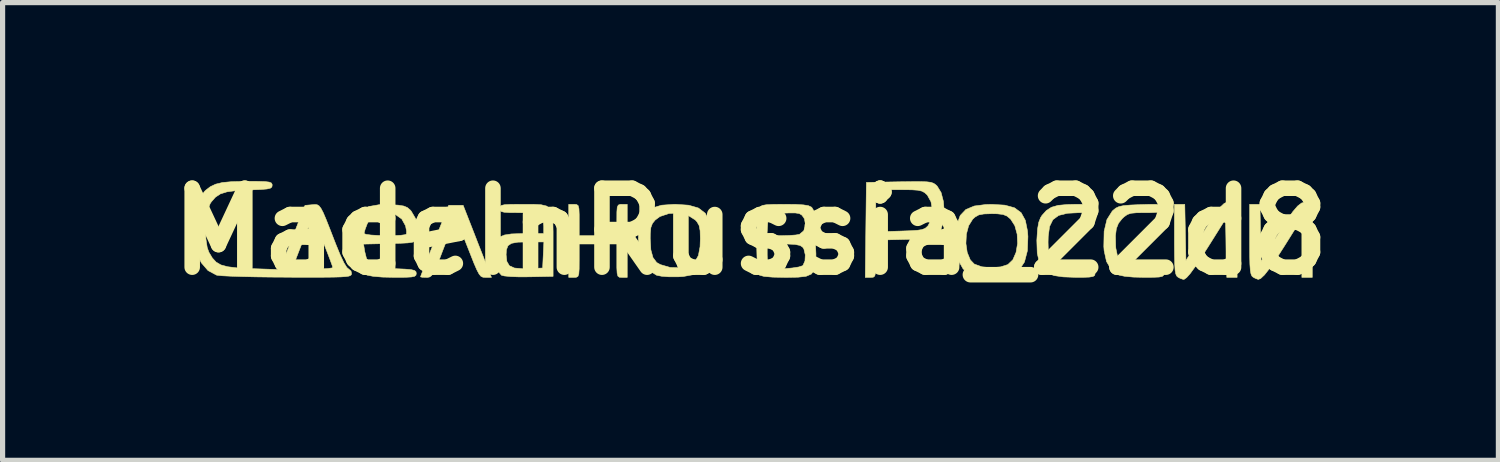
<source format=kicad_pcb>
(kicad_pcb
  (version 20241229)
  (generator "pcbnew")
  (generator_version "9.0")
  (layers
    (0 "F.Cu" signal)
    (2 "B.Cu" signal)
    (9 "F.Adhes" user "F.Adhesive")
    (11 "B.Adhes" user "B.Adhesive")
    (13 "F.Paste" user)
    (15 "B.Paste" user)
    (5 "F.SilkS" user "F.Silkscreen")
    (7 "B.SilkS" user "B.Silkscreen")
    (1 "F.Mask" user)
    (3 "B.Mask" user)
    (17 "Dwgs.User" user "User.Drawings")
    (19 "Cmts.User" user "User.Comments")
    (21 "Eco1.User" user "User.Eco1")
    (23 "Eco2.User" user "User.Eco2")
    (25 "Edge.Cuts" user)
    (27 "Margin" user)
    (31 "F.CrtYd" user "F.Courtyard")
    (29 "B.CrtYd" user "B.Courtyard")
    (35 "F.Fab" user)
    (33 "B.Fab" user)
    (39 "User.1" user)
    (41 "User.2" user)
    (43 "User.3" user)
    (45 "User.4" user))
  (footprint "MadeInRussia_22d8"
    (layer "F.Cu")
    (at 11.437 1.418)
    (property "Reference" "MadeInRussia_22d8" (at 0 0 0) (layer "F.SilkS") (effects (font (size 1.524 1.524) (thickness 0.3))))
    (attr through_hole)
    (fp_poly (pts (xy -3.356 -0.52) (xy -3.326 -0.498) (xy -3.311 -0.439) (xy -3.306 -0.328) (xy -3.306 -0.222) (xy -3.306 0.081) (xy -2.58 0.081) (xy -2.58 -0.222) (xy -2.579 -0.376) (xy -2.572 -0.466) (xy -2.552 -0.509) (xy -2.515 -0.523) (xy -2.48 -0.524) (xy -2.379 -0.524) (xy -2.379 0.887) (xy -2.48 0.887) (xy -2.53 0.884) (xy -2.559 0.862) (xy -2.574 0.807) (xy -2.58 0.7) (xy -2.58 0.564) (xy -2.58 0.242) (xy -3.306 0.242) (xy -3.306 0.564) (xy -3.307 0.724) (xy -3.314 0.82) (xy -3.331 0.868) (xy -3.364 0.885) (xy -3.407 0.887) (xy -3.508 0.887) (xy -3.508 -0.524) (xy -3.407 -0.524) (xy -3.356 -0.52)) (stroke (width 0.01) (type solid)) (fill yes) (layer "F.SilkS"))
    (fp_poly (pts (xy 10.769 -0.537) (xy 10.785 -0.524) (xy 10.808 -0.491) (xy 10.825 -0.428) (xy 10.836 -0.324) (xy 10.842 -0.169) (xy 10.845 0.05) (xy 10.845 0.207) (xy 10.845 0.887) (xy 10.644 0.887) (xy 10.644 -0.256) (xy 10.318 0.265) (xy 10.154 0.521) (xy 10.023 0.711) (xy 9.923 0.838) (xy 9.849 0.908) (xy 9.803 0.926) (xy 9.75 0.907) (xy 9.706 0.884) (xy 9.68 0.861) (xy 9.662 0.82) (xy 9.649 0.749) (xy 9.641 0.635) (xy 9.637 0.468) (xy 9.636 0.236) (xy 9.636 0.159) (xy 9.636 -0.524) (xy 9.835 -0.524) (xy 9.846 0.026) (xy 9.858 0.576) (xy 10.2 0.025) (xy 10.35 -0.21) (xy 10.468 -0.38) (xy 10.563 -0.491) (xy 10.64 -0.55) (xy 10.706 -0.563) (xy 10.769 -0.537)) (stroke (width 0.01) (type solid)) (fill yes) (layer "F.SilkS"))
    (fp_poly (pts (xy 9.265 -0.554) (xy 9.323 -0.509) (xy 9.331 -0.501) (xy 9.355 -0.464) (xy 9.372 -0.402) (xy 9.384 -0.301) (xy 9.391 -0.152) (xy 9.394 0.059) (xy 9.394 0.225) (xy 9.394 0.887) (xy 9.195 0.887) (xy 9.172 -0.241) (xy 8.85 0.272) (xy 8.695 0.514) (xy 8.575 0.694) (xy 8.485 0.817) (xy 8.419 0.891) (xy 8.372 0.924) (xy 8.356 0.926) (xy 8.299 0.907) (xy 8.255 0.884) (xy 8.229 0.861) (xy 8.21 0.82) (xy 8.197 0.749) (xy 8.19 0.635) (xy 8.186 0.468) (xy 8.184 0.236) (xy 8.184 0.159) (xy 8.184 -0.524) (xy 8.384 -0.524) (xy 8.406 0.562) (xy 8.709 0.071) (xy 8.86 -0.172) (xy 8.979 -0.351) (xy 9.072 -0.472) (xy 9.146 -0.542) (xy 9.208 -0.568) (xy 9.265 -0.554)) (stroke (width 0.01) (type solid)) (fill yes) (layer "F.SilkS"))
    (fp_poly (pts (xy -5.333 0.04) (xy -5.252 0.249) (xy -5.175 0.444) (xy -5.112 0.606) (xy -5.068 0.716) (xy -5.06 0.736) (xy -5 0.887) (xy -5.116 0.887) (xy -5.163 0.884) (xy -5.202 0.866) (xy -5.239 0.822) (xy -5.282 0.741) (xy -5.338 0.612) (xy -5.413 0.422) (xy -5.445 0.341) (xy -5.522 0.146) (xy -5.59 -0.02) (xy -5.644 -0.144) (xy -5.676 -0.212) (xy -5.683 -0.22) (xy -5.705 -0.19) (xy -5.75 -0.098) (xy -5.812 0.046) (xy -5.885 0.226) (xy -5.924 0.325) (xy -6.007 0.542) (xy -6.069 0.694) (xy -6.116 0.793) (xy -6.155 0.851) (xy -6.192 0.878) (xy -6.233 0.887) (xy -6.255 0.887) (xy -6.337 0.884) (xy -6.37 0.877) (xy -6.356 0.838) (xy -6.317 0.736) (xy -6.257 0.584) (xy -6.181 0.392) (xy -6.098 0.181) (xy -5.826 -0.504) (xy -5.546 -0.504) (xy -5.333 0.04)) (stroke (width 0.01) (type solid)) (fill yes) (layer "F.SilkS"))
    (fp_poly (pts (xy 4.91 -0.508) (xy 5.096 -0.457) (xy 5.225 -0.362) (xy 5.306 -0.215) (xy 5.348 -0.008) (xy 5.356 0.098) (xy 5.346 0.372) (xy 5.289 0.59) (xy 5.186 0.746) (xy 5.063 0.828) (xy 4.916 0.865) (xy 4.726 0.882) (xy 4.524 0.879) (xy 4.343 0.856) (xy 4.242 0.826) (xy 4.106 0.724) (xy 4.012 0.558) (xy 3.963 0.334) (xy 3.961 0.232) (xy 4.159 0.232) (xy 4.184 0.405) (xy 4.243 0.548) (xy 4.32 0.629) (xy 4.464 0.682) (xy 4.645 0.7) (xy 4.829 0.684) (xy 4.969 0.639) (xy 5.065 0.547) (xy 5.127 0.404) (xy 5.156 0.232) (xy 5.148 0.052) (xy 5.103 -0.112) (xy 5.022 -0.238) (xy 4.952 -0.297) (xy 4.875 -0.328) (xy 4.763 -0.341) (xy 4.657 -0.343) (xy 4.507 -0.338) (xy 4.409 -0.32) (xy 4.338 -0.28) (xy 4.291 -0.238) (xy 4.212 -0.112) (xy 4.168 0.052) (xy 4.159 0.232) (xy 3.961 0.232) (xy 3.958 0.098) (xy 3.986 -0.137) (xy 4.049 -0.308) (xy 4.157 -0.423) (xy 4.319 -0.491) (xy 4.543 -0.52) (xy 4.657 -0.523) (xy 4.91 -0.508)) (stroke (width 0.01) (type solid)) (fill yes) (layer "F.SilkS"))
    (fp_poly (pts (xy 6.455 -0.523) (xy 6.564 -0.517) (xy 6.624 -0.503) (xy 6.648 -0.478) (xy 6.652 -0.443) (xy 6.645 -0.402) (xy 6.612 -0.378) (xy 6.537 -0.366) (xy 6.403 -0.363) (xy 6.352 -0.363) (xy 6.116 -0.351) (xy 5.948 -0.309) (xy 5.838 -0.227) (xy 5.774 -0.096) (xy 5.748 0.094) (xy 5.745 0.207) (xy 5.749 0.361) (xy 5.765 0.46) (xy 5.801 0.531) (xy 5.851 0.588) (xy 5.913 0.641) (xy 5.984 0.675) (xy 6.086 0.697) (xy 6.239 0.711) (xy 6.305 0.715) (xy 6.474 0.728) (xy 6.578 0.743) (xy 6.632 0.764) (xy 6.651 0.795) (xy 6.652 0.812) (xy 6.645 0.847) (xy 6.613 0.869) (xy 6.542 0.881) (xy 6.415 0.886) (xy 6.279 0.886) (xy 6.036 0.877) (xy 5.864 0.852) (xy 5.778 0.822) (xy 5.657 0.733) (xy 5.577 0.603) (xy 5.536 0.419) (xy 5.528 0.173) (xy 5.53 0.14) (xy 5.542 -0.048) (xy 5.565 -0.177) (xy 5.602 -0.27) (xy 5.628 -0.31) (xy 5.712 -0.404) (xy 5.81 -0.467) (xy 5.938 -0.504) (xy 6.116 -0.52) (xy 6.279 -0.524) (xy 6.455 -0.523)) (stroke (width 0.01) (type solid)) (fill yes) (layer "F.SilkS"))
    (fp_poly (pts (xy 7.831 -0.523) (xy 7.901 -0.514) (xy 7.933 -0.495) (xy 7.942 -0.463) (xy 7.943 -0.447) (xy 7.937 -0.405) (xy 7.908 -0.38) (xy 7.841 -0.368) (xy 7.719 -0.363) (xy 7.617 -0.363) (xy 7.452 -0.361) (xy 7.345 -0.351) (xy 7.272 -0.326) (xy 7.211 -0.281) (xy 7.173 -0.245) (xy 7.104 -0.158) (xy 7.063 -0.055) (xy 7.046 0.083) (xy 7.05 0.277) (xy 7.053 0.323) (xy 7.086 0.481) (xy 7.166 0.597) (xy 7.3 0.673) (xy 7.496 0.714) (xy 7.731 0.725) (xy 7.869 0.728) (xy 7.945 0.74) (xy 7.977 0.768) (xy 7.983 0.806) (xy 7.977 0.843) (xy 7.95 0.867) (xy 7.888 0.88) (xy 7.775 0.885) (xy 7.596 0.886) (xy 7.59 0.886) (xy 7.39 0.881) (xy 7.226 0.866) (xy 7.117 0.843) (xy 7.1 0.836) (xy 6.962 0.732) (xy 6.873 0.58) (xy 6.827 0.37) (xy 6.821 0.29) (xy 6.827 -0.002) (xy 6.881 -0.229) (xy 6.984 -0.393) (xy 6.998 -0.406) (xy 7.053 -0.451) (xy 7.115 -0.48) (xy 7.204 -0.499) (xy 7.338 -0.51) (xy 7.522 -0.518) (xy 7.71 -0.523) (xy 7.831 -0.523)) (stroke (width 0.01) (type solid)) (fill yes) (layer "F.SilkS"))
    (fp_poly (pts (xy 3.405 -0.958) (xy 3.484 -0.948) (xy 3.537 -0.929) (xy 3.577 -0.901) (xy 3.604 -0.875) (xy 3.68 -0.751) (xy 3.725 -0.578) (xy 3.74 -0.381) (xy 3.722 -0.187) (xy 3.672 -0.022) (xy 3.627 0.052) (xy 3.594 0.087) (xy 3.549 0.113) (xy 3.481 0.13) (xy 3.375 0.141) (xy 3.216 0.148) (xy 2.991 0.154) (xy 2.987 0.154) (xy 2.419 0.167) (xy 2.419 0.527) (xy 2.418 0.698) (xy 2.413 0.804) (xy 2.399 0.86) (xy 2.371 0.883) (xy 2.326 0.887) (xy 2.317 0.887) (xy 2.216 0.887) (xy 2.236 -0.806) (xy 2.419 -0.806) (xy 2.419 0.007) (xy 2.886 -0.007) (xy 3.089 -0.014) (xy 3.227 -0.023) (xy 3.316 -0.037) (xy 3.373 -0.061) (xy 3.414 -0.096) (xy 3.431 -0.115) (xy 3.494 -0.248) (xy 3.512 -0.412) (xy 3.485 -0.573) (xy 3.415 -0.7) (xy 3.409 -0.707) (xy 3.36 -0.751) (xy 3.307 -0.779) (xy 3.231 -0.796) (xy 3.117 -0.804) (xy 2.945 -0.806) (xy 2.864 -0.806) (xy 2.419 -0.806) (xy 2.236 -0.806) (xy 2.238 -0.947) (xy 2.873 -0.959) (xy 3.113 -0.962) (xy 3.286 -0.963) (xy 3.405 -0.958)) (stroke (width 0.01) (type solid)) (fill yes) (layer "F.SilkS"))
    (fp_poly (pts (xy -1.194 -0.507) (xy -1.004 -0.452) (xy -0.872 -0.351) (xy -0.791 -0.197) (xy -0.754 0.019) (xy -0.75 0.161) (xy -0.767 0.42) (xy -0.823 0.612) (xy -0.926 0.746) (xy -1.083 0.83) (xy -1.3 0.87) (xy -1.404 0.876) (xy -1.568 0.876) (xy -1.712 0.865) (xy -1.808 0.846) (xy -1.814 0.844) (xy -1.973 0.745) (xy -2.08 0.597) (xy -2.139 0.413) (xy -2.161 0.242) (xy -2.162 0.137) (xy -1.935 0.137) (xy -1.923 0.354) (xy -1.882 0.504) (xy -1.81 0.6) (xy -1.738 0.64) (xy -1.55 0.695) (xy -1.381 0.699) (xy -1.193 0.65) (xy -1.164 0.639) (xy -1.067 0.575) (xy -1.005 0.464) (xy -0.973 0.294) (xy -0.968 0.137) (xy -0.972 -0.015) (xy -0.991 -0.114) (xy -1.031 -0.184) (xy -1.064 -0.221) (xy -1.208 -0.313) (xy -1.388 -0.355) (xy -1.577 -0.346) (xy -1.748 -0.288) (xy -1.839 -0.221) (xy -1.893 -0.154) (xy -1.923 -0.074) (xy -1.934 0.046) (xy -1.935 0.137) (xy -2.162 0.137) (xy -2.163 0.069) (xy -2.157 0.006) (xy -2.107 -0.204) (xy -2.024 -0.354) (xy -1.897 -0.453) (xy -1.715 -0.507) (xy -1.469 -0.524) (xy -1.451 -0.524) (xy -1.194 -0.507)) (stroke (width 0.01) (type solid)) (fill yes) (layer "F.SilkS"))
    (fp_poly (pts (xy -4.195 -0.524) (xy -4.043 -0.516) (xy -3.937 -0.491) (xy -3.869 -0.436) (xy -3.831 -0.342) (xy -3.814 -0.198) (xy -3.81 0.008) (xy -3.81 0.229) (xy -3.81 0.867) (xy -4.274 0.876) (xy -4.465 0.877) (xy -4.63 0.871) (xy -4.751 0.859) (xy -4.805 0.846) (xy -4.883 0.758) (xy -4.93 0.62) (xy -4.947 0.459) (xy -4.946 0.449) (xy -4.717 0.449) (xy -4.703 0.578) (xy -4.654 0.662) (xy -4.556 0.706) (xy -4.399 0.719) (xy -4.299 0.717) (xy -4.012 0.706) (xy -3.988 0.202) (xy -4.304 0.202) (xy -4.491 0.207) (xy -4.613 0.229) (xy -4.681 0.275) (xy -4.711 0.354) (xy -4.717 0.449) (xy -4.946 0.449) (xy -4.932 0.299) (xy -4.884 0.167) (xy -4.827 0.101) (xy -4.747 0.068) (xy -4.616 0.048) (xy -4.421 0.041) (xy -4.365 0.04) (xy -3.991 0.04) (xy -3.991 -0.098) (xy -4.002 -0.211) (xy -4.044 -0.287) (xy -4.128 -0.334) (xy -4.267 -0.357) (xy -4.473 -0.363) (xy -4.478 -0.363) (xy -4.65 -0.364) (xy -4.756 -0.371) (xy -4.813 -0.386) (xy -4.835 -0.412) (xy -4.838 -0.443) (xy -4.833 -0.479) (xy -4.808 -0.502) (xy -4.749 -0.516) (xy -4.643 -0.522) (xy -4.474 -0.524) (xy -4.402 -0.524) (xy -4.195 -0.524)) (stroke (width 0.01) (type solid)) (fill yes) (layer "F.SilkS"))
    (fp_poly (pts (xy -6.8 -0.508) (xy -6.694 -0.491) (xy -6.624 -0.462) (xy -6.568 -0.414) (xy -6.549 -0.392) (xy -6.462 -0.244) (xy -6.419 -0.07) (xy -6.429 0.094) (xy -6.436 0.117) (xy -6.454 0.161) (xy -6.48 0.19) (xy -6.529 0.209) (xy -6.616 0.221) (xy -6.753 0.228) (xy -6.957 0.233) (xy -6.971 0.233) (xy -7.469 0.244) (xy -7.445 0.392) (xy -7.413 0.52) (xy -7.357 0.609) (xy -7.264 0.666) (xy -7.121 0.7) (xy -6.913 0.717) (xy -6.853 0.719) (xy -6.669 0.727) (xy -6.551 0.737) (xy -6.485 0.753) (xy -6.457 0.777) (xy -6.451 0.81) (xy -6.457 0.844) (xy -6.484 0.866) (xy -6.547 0.879) (xy -6.66 0.885) (xy -6.836 0.886) (xy -6.884 0.886) (xy -7.106 0.881) (xy -7.283 0.866) (xy -7.398 0.844) (xy -7.418 0.835) (xy -7.537 0.736) (xy -7.615 0.573) (xy -7.655 0.343) (xy -7.66 0.188) (xy -7.652 0.039) (xy -7.459 0.039) (xy -7.422 0.056) (xy -7.325 0.069) (xy -7.189 0.077) (xy -7.034 0.081) (xy -6.882 0.08) (xy -6.751 0.074) (xy -6.664 0.062) (xy -6.641 0.05) (xy -6.639 -0.006) (xy -6.657 -0.102) (xy -6.659 -0.11) (xy -6.731 -0.24) (xy -6.849 -0.324) (xy -6.993 -0.361) (xy -7.143 -0.35) (xy -7.279 -0.29) (xy -7.381 -0.181) (xy -7.4 -0.143) (xy -7.439 -0.04) (xy -7.458 0.032) (xy -7.459 0.039) (xy -7.652 0.039) (xy -7.646 -0.075) (xy -7.596 -0.269) (xy -7.505 -0.402) (xy -7.364 -0.482) (xy -7.165 -0.517) (xy -6.965 -0.518) (xy -6.8 -0.508)) (stroke (width 0.01) (type solid)) (fill yes) (layer "F.SilkS"))
    (fp_poly (pts (xy 0.876 -0.522) (xy 1.022 -0.513) (xy 1.117 -0.498) (xy 1.173 -0.472) (xy 1.186 -0.461) (xy 1.264 -0.327) (xy 1.284 -0.145) (xy 1.273 -0.05) (xy 1.258 0.072) (xy 1.252 0.173) (xy 1.252 0.181) (xy 1.264 0.435) (xy 1.261 0.619) (xy 1.234 0.745) (xy 1.174 0.823) (xy 1.072 0.866) (xy 0.919 0.883) (xy 0.705 0.887) (xy 0.667 0.887) (xy 0.428 0.882) (xy 0.264 0.868) (xy 0.178 0.845) (xy 0.169 0.839) (xy 0.151 0.78) (xy 0.136 0.66) (xy 0.126 0.494) (xy 0.121 0.301) (xy 0.121 0.242) (xy 0.323 0.242) (xy 0.323 0.457) (xy 0.328 0.583) (xy 0.341 0.675) (xy 0.353 0.703) (xy 0.411 0.719) (xy 0.523 0.724) (xy 0.664 0.718) (xy 0.808 0.705) (xy 0.931 0.686) (xy 1.006 0.662) (xy 1.013 0.656) (xy 1.052 0.57) (xy 1.058 0.452) (xy 1.032 0.341) (xy 1.01 0.305) (xy 0.957 0.27) (xy 0.859 0.25) (xy 0.701 0.242) (xy 0.64 0.242) (xy 0.323 0.242) (xy 0.121 0.242) (xy 0.12 0.098) (xy 0.121 0.081) (xy 0.318 0.081) (xy 0.599 0.081) (xy 0.751 0.077) (xy 0.876 0.068) (xy 0.947 0.055) (xy 1.029 -0.014) (xy 1.063 -0.123) (xy 1.043 -0.239) (xy 1.027 -0.269) (xy 0.989 -0.318) (xy 0.941 -0.346) (xy 0.862 -0.358) (xy 0.732 -0.357) (xy 0.653 -0.354) (xy 0.343 -0.343) (xy 0.331 -0.131) (xy 0.318 0.081) (xy 0.121 0.081) (xy 0.125 -0.096) (xy 0.133 -0.264) (xy 0.147 -0.389) (xy 0.163 -0.446) (xy 0.188 -0.48) (xy 0.232 -0.503) (xy 0.308 -0.516) (xy 0.432 -0.522) (xy 0.619 -0.524) (xy 0.664 -0.524) (xy 0.876 -0.522)) (stroke (width 0.01) (type solid)) (fill yes) (layer "F.SilkS"))
    (fp_poly (pts (xy -9.51 -0.967) (xy -9.373 -0.963) (xy -9.291 -0.953) (xy -9.249 -0.936) (xy -9.234 -0.91) (xy -9.233 -0.891) (xy -9.239 -0.858) (xy -9.268 -0.835) (xy -9.333 -0.82) (xy -9.448 -0.81) (xy -9.626 -0.803) (xy -9.688 -0.801) (xy -9.929 -0.788) (xy -10.105 -0.765) (xy -10.233 -0.725) (xy -10.328 -0.662) (xy -10.407 -0.572) (xy -10.429 -0.539) (xy -10.476 -0.42) (xy -10.506 -0.248) (xy -10.518 -0.052) (xy -10.512 0.143) (xy -10.487 0.31) (xy -10.455 0.4) (xy -10.389 0.511) (xy -10.316 0.591) (xy -10.222 0.646) (xy -10.092 0.681) (xy -9.913 0.703) (xy -9.67 0.716) (xy -9.623 0.718) (xy -9.083 0.736) (xy -9.064 0.687) (xy -8.83 0.687) (xy -8.792 0.704) (xy -8.69 0.717) (xy -8.54 0.725) (xy -8.447 0.726) (xy -8.282 0.723) (xy -8.153 0.715) (xy -8.077 0.704) (xy -8.063 0.696) (xy -8.077 0.65) (xy -8.114 0.549) (xy -8.167 0.41) (xy -8.229 0.251) (xy -8.294 0.088) (xy -8.355 -0.063) (xy -8.406 -0.183) (xy -8.439 -0.257) (xy -8.449 -0.272) (xy -8.471 -0.228) (xy -8.514 -0.126) (xy -8.572 0.014) (xy -8.637 0.176) (xy -8.702 0.342) (xy -8.76 0.492) (xy -8.805 0.611) (xy -8.828 0.679) (xy -8.83 0.687) (xy -9.064 0.687) (xy -8.841 0.116) (xy -8.599 -0.504) (xy -8.459 -0.516) (xy -8.407 -0.52) (xy -8.366 -0.516) (xy -8.329 -0.495) (xy -8.291 -0.446) (xy -8.247 -0.362) (xy -8.191 -0.231) (xy -8.118 -0.046) (xy -8.021 0.204) (xy -8.006 0.242) (xy -7.921 0.45) (xy -7.848 0.605) (xy -7.791 0.696) (xy -7.764 0.719) (xy -7.711 0.764) (xy -7.701 0.809) (xy -7.703 0.831) (xy -7.718 0.848) (xy -7.751 0.862) (xy -7.813 0.871) (xy -7.911 0.878) (xy -8.054 0.882) (xy -8.25 0.884) (xy -8.508 0.884) (xy -8.835 0.884) (xy -8.94 0.883) (xy -9.255 0.881) (xy -9.548 0.877) (xy -9.809 0.871) (xy -10.027 0.864) (xy -10.191 0.856) (xy -10.29 0.846) (xy -10.307 0.843) (xy -10.471 0.755) (xy -10.602 0.603) (xy -10.696 0.397) (xy -10.748 0.148) (xy -10.753 -0.133) (xy -10.748 -0.195) (xy -10.707 -0.446) (xy -10.64 -0.633) (xy -10.54 -0.772) (xy -10.518 -0.794) (xy -10.427 -0.864) (xy -10.324 -0.913) (xy -10.192 -0.945) (xy -10.016 -0.961) (xy -9.779 -0.967) (xy -9.714 -0.968) (xy -9.51 -0.967)) (stroke (width 0.01) (type solid)) (fill yes) (layer "F.SilkS")))
  (gr_rect
    (start -3 -3)
    (end 25.875 5.836)
    (stroke (width 0.1) (type default))
    (fill no)
    (layer "Edge.Cuts")))
</source>
